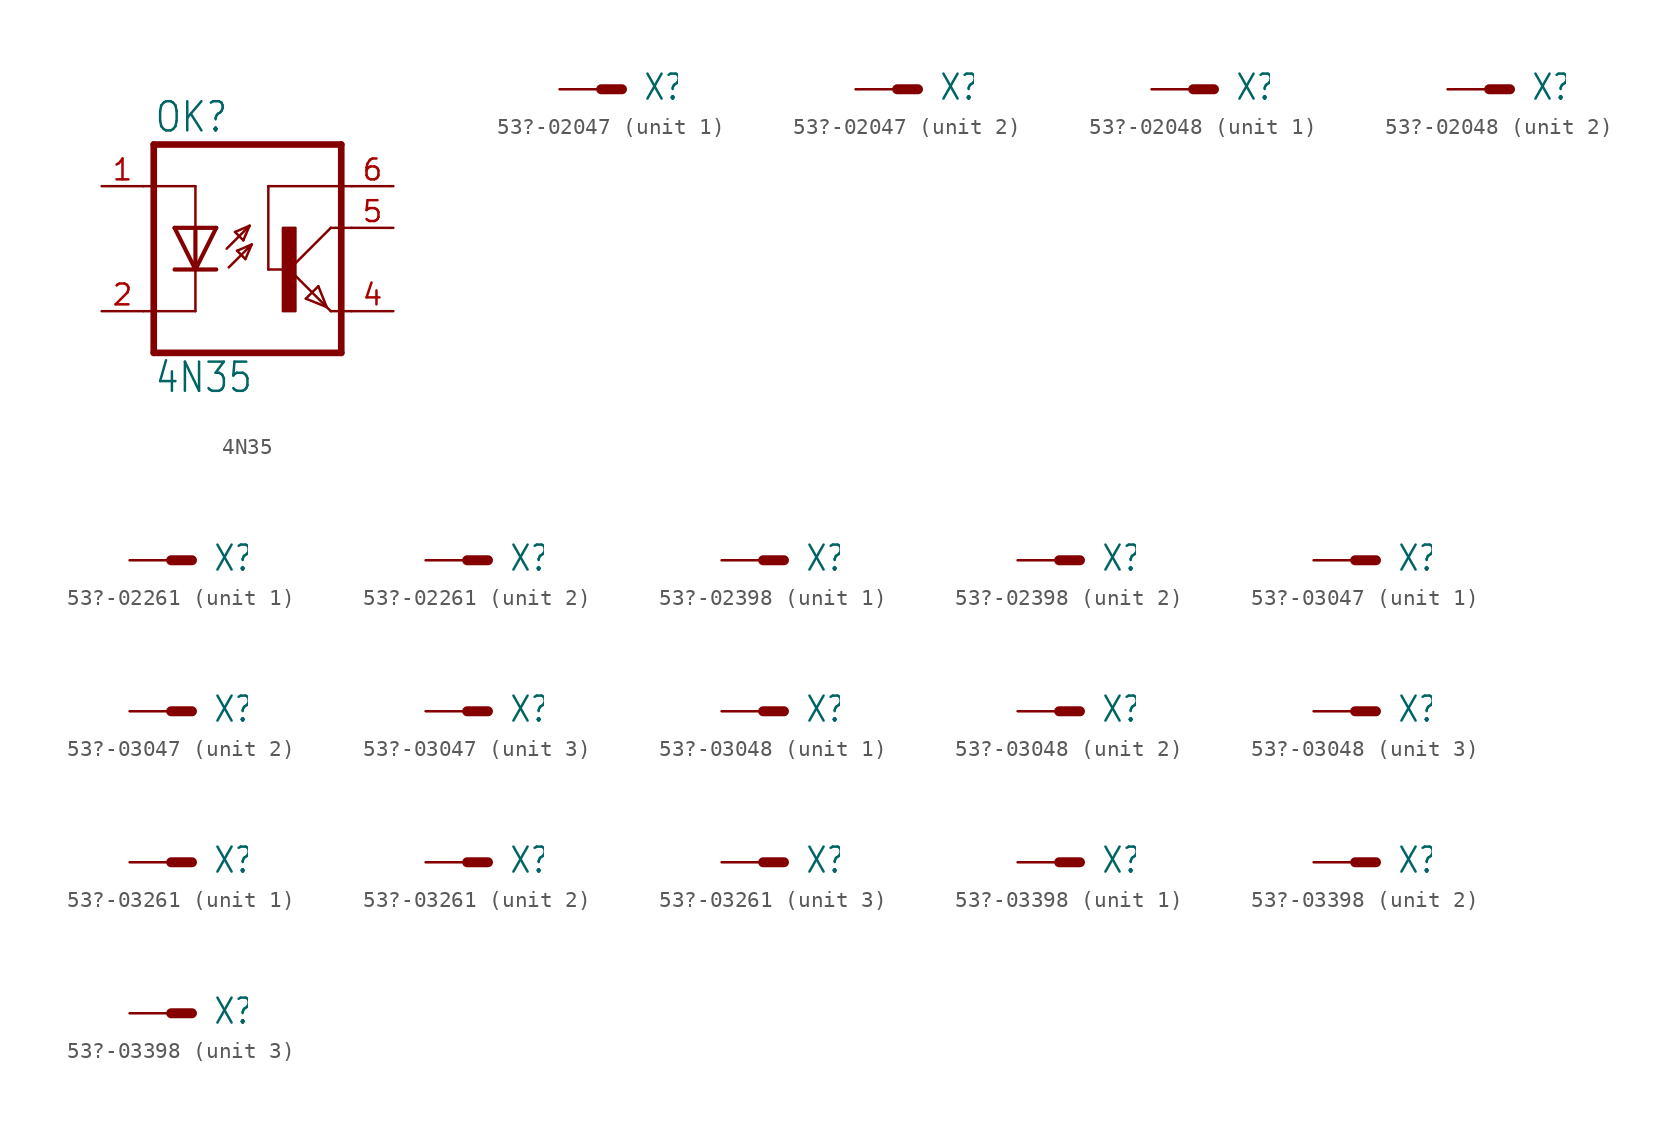
<source format=kicad_sym>
(kicad_symbol_lib
  (version 20211014)
  (generator kicad_symbol_editor)
  (symbol "4N35"
    (property "Reference" "OK"
      (at -6.985 5.715 0)
      (effects (font (size 1.778 1.511)) (justify left bottom)))
    (property "Value" "4N35"
      (at -6.985 -10.16 0)
      (effects (font (size 1.778 1.511)) (justify left bottom)))
    (property "ki_locked" ""
      (at 0 0 0)
      (effects (font (size 1.27 1.27))))
    (symbol "4N35_1_0"
      (polyline (pts (xy -7.62 2.54) (xy -4.445 2.54)) (stroke (width 0.152) (type default) (color 0 0 0 0)) (fill (type none)))
      (polyline (pts (xy -6.985 -7.62) (xy 4.445 -7.62)) (stroke (width 0.406) (type default) (color 0 0 0 0)) (fill (type none)))
      (polyline (pts (xy -6.985 5.08) (xy -6.985 -7.62)) (stroke (width 0.406) (type default) (color 0 0 0 0)) (fill (type none)))
      (polyline (pts (xy -6.985 5.08) (xy 4.445 5.08)) (stroke (width 0.406) (type default) (color 0 0 0 0)) (fill (type none)))
      (polyline (pts (xy -4.445 -5.08) (xy -7.62 -5.08)) (stroke (width 0.152) (type default) (color 0 0 0 0)) (fill (type none)))
      (polyline (pts (xy -4.445 -2.54) (xy -5.715 -2.54)) (stroke (width 0.254) (type default) (color 0 0 0 0)) (fill (type none)))
      (polyline (pts (xy -4.445 -2.54) (xy -5.715 0)) (stroke (width 0.254) (type default) (color 0 0 0 0)) (fill (type none)))
      (polyline (pts (xy -4.445 -2.54) (xy -4.445 -5.08)) (stroke (width 0.152) (type default) (color 0 0 0 0)) (fill (type none)))
      (polyline (pts (xy -4.445 0) (xy -5.715 0)) (stroke (width 0.254) (type default) (color 0 0 0 0)) (fill (type none)))
      (polyline (pts (xy -4.445 0) (xy -4.445 -2.54)) (stroke (width 0.254) (type default) (color 0 0 0 0)) (fill (type none)))
      (polyline (pts (xy -4.445 2.54) (xy -4.445 0)) (stroke (width 0.152) (type default) (color 0 0 0 0)) (fill (type none)))
      (polyline (pts (xy -3.175 -2.54) (xy -4.445 -2.54)) (stroke (width 0.254) (type default) (color 0 0 0 0)) (fill (type none)))
      (polyline (pts (xy -3.175 0) (xy -4.445 -2.54)) (stroke (width 0.254) (type default) (color 0 0 0 0)) (fill (type none)))
      (polyline (pts (xy -3.175 0) (xy -4.445 0)) (stroke (width 0.254) (type default) (color 0 0 0 0)) (fill (type none)))
      (polyline (pts (xy -2.54 -1.27) (xy -1.143 0.127)) (stroke (width 0.152) (type default) (color 0 0 0 0)) (fill (type none)))
      (polyline (pts (xy -2.413 -2.413) (xy -1.016 -1.016)) (stroke (width 0.152) (type default) (color 0 0 0 0)) (fill (type none)))
      (polyline (pts (xy -2.032 -0.254) (xy -1.524 -0.762)) (stroke (width 0.152) (type default) (color 0 0 0 0)) (fill (type none)))
      (polyline (pts (xy -1.905 -1.397) (xy -1.397 -1.905)) (stroke (width 0.152) (type default) (color 0 0 0 0)) (fill (type none)))
      (polyline (pts (xy -1.524 -0.762) (xy -1.143 0.127)) (stroke (width 0.152) (type default) (color 0 0 0 0)) (fill (type none)))
      (polyline (pts (xy -1.397 -1.905) (xy -1.016 -1.016)) (stroke (width 0.152) (type default) (color 0 0 0 0)) (fill (type none)))
      (polyline (pts (xy -1.143 0.127) (xy -2.032 -0.254)) (stroke (width 0.152) (type default) (color 0 0 0 0)) (fill (type none)))
      (polyline (pts (xy -1.016 -1.016) (xy -1.905 -1.397)) (stroke (width 0.152) (type default) (color 0 0 0 0)) (fill (type none)))
      (polyline (pts (xy 0 -2.54) (xy 0 2.54)) (stroke (width 0.152) (type default) (color 0 0 0 0)) (fill (type none)))
      (polyline (pts (xy 0 -2.54) (xy 1.016 -2.54)) (stroke (width 0.152) (type default) (color 0 0 0 0)) (fill (type none)))
      (polyline (pts (xy 0 2.54) (xy 5.08 2.54)) (stroke (width 0.152) (type default) (color 0 0 0 0)) (fill (type none)))
      (polyline (pts (xy 1.27 -2.54) (xy 3.556 -4.826)) (stroke (width 0.152) (type default) (color 0 0 0 0)) (fill (type none)))
      (polyline (pts (xy 2.286 -4.318) (xy 3.048 -3.556)) (stroke (width 0.152) (type default) (color 0 0 0 0)) (fill (type none)))
      (polyline (pts (xy 3.048 -3.556) (xy 3.556 -4.826)) (stroke (width 0.152) (type default) (color 0 0 0 0)) (fill (type none)))
      (polyline (pts (xy 3.556 -4.826) (xy 2.286 -4.318)) (stroke (width 0.152) (type default) (color 0 0 0 0)) (fill (type none)))
      (polyline (pts (xy 3.556 -4.826) (xy 3.81 -5.08)) (stroke (width 0.152) (type default) (color 0 0 0 0)) (fill (type none)))
      (polyline (pts (xy 3.81 -5.08) (xy 5.08 -5.08)) (stroke (width 0.152) (type default) (color 0 0 0 0)) (fill (type none)))
      (polyline (pts (xy 3.81 0) (xy 1.27 -2.54)) (stroke (width 0.152) (type default) (color 0 0 0 0)) (fill (type none)))
      (polyline (pts (xy 3.81 0) (xy 5.08 0)) (stroke (width 0.152) (type default) (color 0 0 0 0)) (fill (type none)))
      (polyline (pts (xy 4.445 5.08) (xy 4.445 -7.62)) (stroke (width 0.406) (type default) (color 0 0 0 0)) (fill (type none)))
      (rectangle (start 0.889 -5.08) (end 1.651 0) (stroke (width 0) (type default) (color 0 0 0 0)) (fill (type outline)))
      (pin passive line (at -10.16 2.54 0) (length 2.54) (name "A" (effects (font (size 0 0)))) (number "1" (effects (font (size 1.27 1.27)))))
      (pin passive line (at -10.16 -5.08 0) (length 2.54) (name "C" (effects (font (size 0 0)))) (number "2" (effects (font (size 1.27 1.27)))))
      (pin passive line (at 7.62 -5.08 180) (length 2.54) (name "EMI" (effects (font (size 0 0)))) (number "4" (effects (font (size 1.27 1.27)))))
      (pin passive line (at 7.62 0 180) (length 2.54) (name "COL" (effects (font (size 0 0)))) (number "5" (effects (font (size 1.27 1.27)))))
      (pin passive line (at 7.62 2.54 180) (length 2.54) (name "BAS" (effects (font (size 0 0)))) (number "6" (effects (font (size 1.27 1.27)))))))
  (symbol "53?-02047"
    (property "Reference" "X"
      (at 2.54 -0.762 0)
      (effects (font (size 1.524 1.295)) (justify left bottom)))
    (property "ki_locked" ""
      (at 0 0 0)
      (effects (font (size 1.27 1.27))))
    (symbol "53?-02047_1_0"
      (polyline (pts (xy 1.27 0) (xy 0 0)) (stroke (width 0.61) (type default) (color 0 0 0 0)) (fill (type none)))
      (pin passive line (at -2.54 0 0) (length 2.54) (name "S" (effects (font (size 0 0)))) (number "1" (effects (font (size 0 0))))))
    (symbol "53?-02047_2_0"
      (polyline (pts (xy 1.27 0) (xy 0 0)) (stroke (width 0.61) (type default) (color 0 0 0 0)) (fill (type none)))
      (pin passive line (at -2.54 0 0) (length 2.54) (name "S" (effects (font (size 0 0)))) (number "2" (effects (font (size 0 0)))))))
  (symbol "53?-02048"
    (property "Reference" "X"
      (at 2.54 -0.762 0)
      (effects (font (size 1.524 1.295)) (justify left bottom)))
    (property "ki_locked" ""
      (at 0 0 0)
      (effects (font (size 1.27 1.27))))
    (symbol "53?-02048_1_0"
      (polyline (pts (xy 1.27 0) (xy 0 0)) (stroke (width 0.61) (type default) (color 0 0 0 0)) (fill (type none)))
      (pin passive line (at -2.54 0 0) (length 2.54) (name "S" (effects (font (size 0 0)))) (number "1" (effects (font (size 0 0))))))
    (symbol "53?-02048_2_0"
      (polyline (pts (xy 1.27 0) (xy 0 0)) (stroke (width 0.61) (type default) (color 0 0 0 0)) (fill (type none)))
      (pin passive line (at -2.54 0 0) (length 2.54) (name "S" (effects (font (size 0 0)))) (number "2" (effects (font (size 0 0)))))))
  (symbol "53?-02261"
    (property "Reference" "X"
      (at 2.54 -0.762 0)
      (effects (font (size 1.524 1.295)) (justify left bottom)))
    (property "ki_locked" ""
      (at 0 0 0)
      (effects (font (size 1.27 1.27))))
    (symbol "53?-02261_1_0"
      (polyline (pts (xy 1.27 0) (xy 0 0)) (stroke (width 0.61) (type default) (color 0 0 0 0)) (fill (type none)))
      (pin passive line (at -2.54 0 0) (length 2.54) (name "S" (effects (font (size 0 0)))) (number "1" (effects (font (size 0 0))))))
    (symbol "53?-02261_2_0"
      (polyline (pts (xy 1.27 0) (xy 0 0)) (stroke (width 0.61) (type default) (color 0 0 0 0)) (fill (type none)))
      (pin passive line (at -2.54 0 0) (length 2.54) (name "S" (effects (font (size 0 0)))) (number "2" (effects (font (size 0 0)))))))
  (symbol "53?-02398"
    (property "Reference" "X"
      (at 2.54 -0.762 0)
      (effects (font (size 1.524 1.295)) (justify left bottom)))
    (property "ki_locked" ""
      (at 0 0 0)
      (effects (font (size 1.27 1.27))))
    (symbol "53?-02398_1_0"
      (polyline (pts (xy 1.27 0) (xy 0 0)) (stroke (width 0.61) (type default) (color 0 0 0 0)) (fill (type none)))
      (pin passive line (at -2.54 0 0) (length 2.54) (name "S" (effects (font (size 0 0)))) (number "1" (effects (font (size 0 0))))))
    (symbol "53?-02398_2_0"
      (polyline (pts (xy 1.27 0) (xy 0 0)) (stroke (width 0.61) (type default) (color 0 0 0 0)) (fill (type none)))
      (pin passive line (at -2.54 0 0) (length 2.54) (name "S" (effects (font (size 0 0)))) (number "2" (effects (font (size 0 0)))))))
  (symbol "53?-03047"
    (property "Reference" "X"
      (at 2.54 -0.762 0)
      (effects (font (size 1.524 1.295)) (justify left bottom)))
    (property "ki_locked" ""
      (at 0 0 0)
      (effects (font (size 1.27 1.27))))
    (symbol "53?-03047_1_0"
      (polyline (pts (xy 1.27 0) (xy 0 0)) (stroke (width 0.61) (type default) (color 0 0 0 0)) (fill (type none)))
      (pin passive line (at -2.54 0 0) (length 2.54) (name "S" (effects (font (size 0 0)))) (number "1" (effects (font (size 0 0))))))
    (symbol "53?-03047_2_0"
      (polyline (pts (xy 1.27 0) (xy 0 0)) (stroke (width 0.61) (type default) (color 0 0 0 0)) (fill (type none)))
      (pin passive line (at -2.54 0 0) (length 2.54) (name "S" (effects (font (size 0 0)))) (number "2" (effects (font (size 0 0))))))
    (symbol "53?-03047_3_0"
      (polyline (pts (xy 1.27 0) (xy 0 0)) (stroke (width 0.61) (type default) (color 0 0 0 0)) (fill (type none)))
      (pin passive line (at -2.54 0 0) (length 2.54) (name "S" (effects (font (size 0 0)))) (number "3" (effects (font (size 0 0)))))))
  (symbol "53?-03048"
    (property "Reference" "X"
      (at 2.54 -0.762 0)
      (effects (font (size 1.524 1.295)) (justify left bottom)))
    (property "ki_locked" ""
      (at 0 0 0)
      (effects (font (size 1.27 1.27))))
    (symbol "53?-03048_1_0"
      (polyline (pts (xy 1.27 0) (xy 0 0)) (stroke (width 0.61) (type default) (color 0 0 0 0)) (fill (type none)))
      (pin passive line (at -2.54 0 0) (length 2.54) (name "S" (effects (font (size 0 0)))) (number "1" (effects (font (size 0 0))))))
    (symbol "53?-03048_2_0"
      (polyline (pts (xy 1.27 0) (xy 0 0)) (stroke (width 0.61) (type default) (color 0 0 0 0)) (fill (type none)))
      (pin passive line (at -2.54 0 0) (length 2.54) (name "S" (effects (font (size 0 0)))) (number "2" (effects (font (size 0 0))))))
    (symbol "53?-03048_3_0"
      (polyline (pts (xy 1.27 0) (xy 0 0)) (stroke (width 0.61) (type default) (color 0 0 0 0)) (fill (type none)))
      (pin passive line (at -2.54 0 0) (length 2.54) (name "S" (effects (font (size 0 0)))) (number "3" (effects (font (size 0 0)))))))
  (symbol "53?-03261"
    (property "Reference" "X"
      (at 2.54 -0.762 0)
      (effects (font (size 1.524 1.295)) (justify left bottom)))
    (property "ki_locked" ""
      (at 0 0 0)
      (effects (font (size 1.27 1.27))))
    (symbol "53?-03261_1_0"
      (polyline (pts (xy 1.27 0) (xy 0 0)) (stroke (width 0.61) (type default) (color 0 0 0 0)) (fill (type none)))
      (pin passive line (at -2.54 0 0) (length 2.54) (name "S" (effects (font (size 0 0)))) (number "1" (effects (font (size 0 0))))))
    (symbol "53?-03261_2_0"
      (polyline (pts (xy 1.27 0) (xy 0 0)) (stroke (width 0.61) (type default) (color 0 0 0 0)) (fill (type none)))
      (pin passive line (at -2.54 0 0) (length 2.54) (name "S" (effects (font (size 0 0)))) (number "2" (effects (font (size 0 0))))))
    (symbol "53?-03261_3_0"
      (polyline (pts (xy 1.27 0) (xy 0 0)) (stroke (width 0.61) (type default) (color 0 0 0 0)) (fill (type none)))
      (pin passive line (at -2.54 0 0) (length 2.54) (name "S" (effects (font (size 0 0)))) (number "3" (effects (font (size 0 0)))))))
  (symbol "53?-03398"
    (property "Reference" "X"
      (at 2.54 -0.762 0)
      (effects (font (size 1.524 1.295)) (justify left bottom)))
    (property "ki_locked" ""
      (at 0 0 0)
      (effects (font (size 1.27 1.27))))
    (symbol "53?-03398_1_0"
      (polyline (pts (xy 1.27 0) (xy 0 0)) (stroke (width 0.61) (type default) (color 0 0 0 0)) (fill (type none)))
      (pin passive line (at -2.54 0 0) (length 2.54) (name "S" (effects (font (size 0 0)))) (number "1" (effects (font (size 0 0))))))
    (symbol "53?-03398_2_0"
      (polyline (pts (xy 1.27 0) (xy 0 0)) (stroke (width 0.61) (type default) (color 0 0 0 0)) (fill (type none)))
      (pin passive line (at -2.54 0 0) (length 2.54) (name "S" (effects (font (size 0 0)))) (number "2" (effects (font (size 0 0))))))
    (symbol "53?-03398_3_0"
      (polyline (pts (xy 1.27 0) (xy 0 0)) (stroke (width 0.61) (type default) (color 0 0 0 0)) (fill (type none)))
      (pin passive line (at -2.54 0 0) (length 2.54) (name "S" (effects (font (size 0 0)))) (number "3" (effects (font (size 0 0))))))))
</source>
